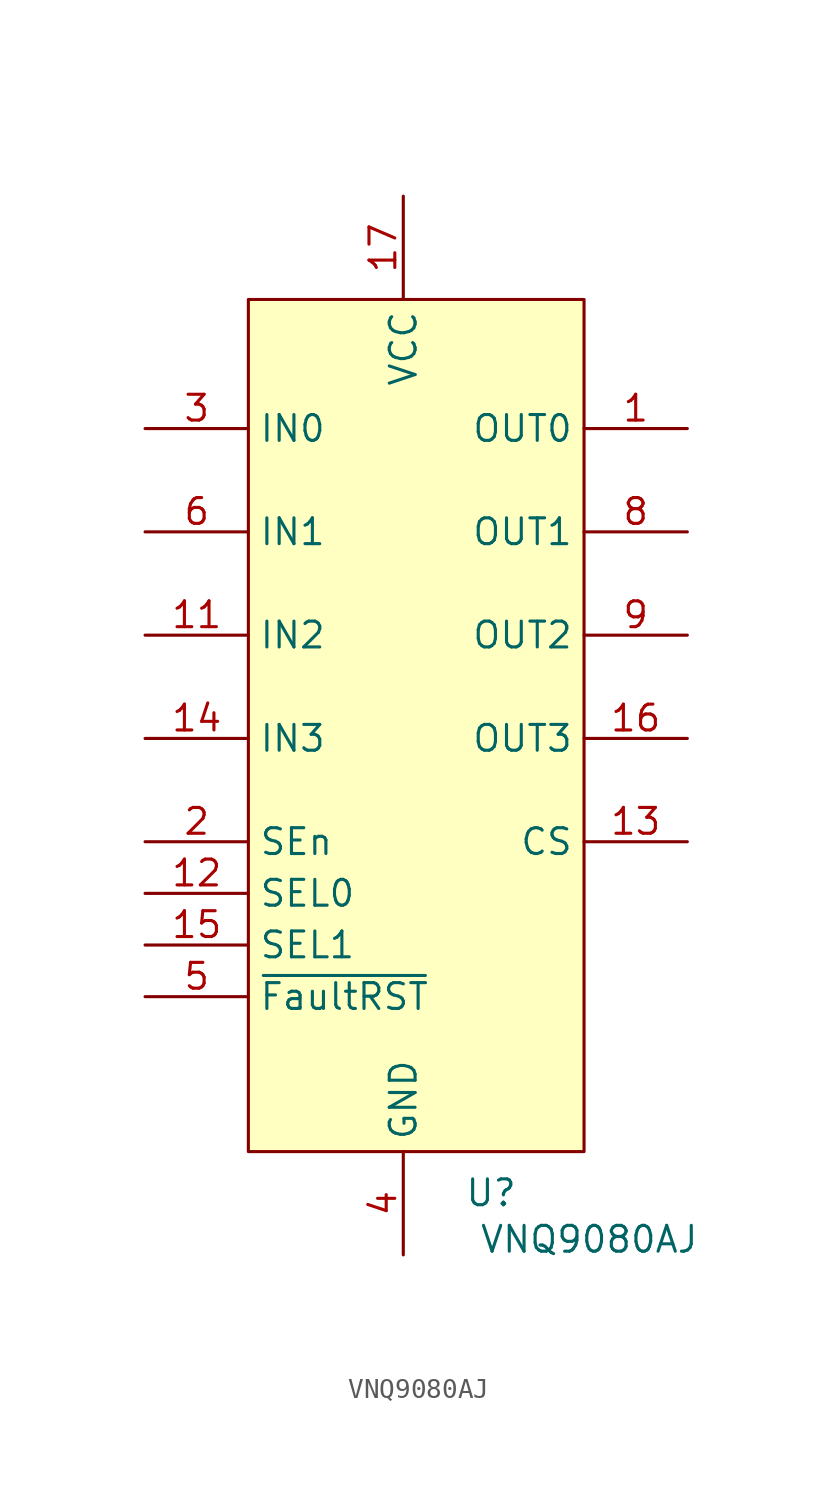
<source format=kicad_sym>
(kicad_symbol_lib
  (version 20231120)
  (generator "kicad_symbol_editor")
  (generator_version "8.0")
  (symbol "VNQ9080AJ"
    (property "Reference" "U"
      (at 4.318 -24.892 0)
      (effects (font (size 1.27 1.27))))
    (property "Value" "VNQ9080AJ"
      (at 9.144 -27.178 0)
      (effects (font (size 1.27 1.27))))
    (symbol "VNQ9080AJ_1_1"
      (rectangle (start -7.62 19.05) (end 8.89 -22.86) (stroke (width 0) (type default)) (fill (type background)))
      (pin power_out line (at 13.97 12.7 180) (length 5.08) (name "OUT0" (effects (font (size 1.27 1.27)))) (number "1" (effects (font (size 1.27 1.27)))))
      (pin no_connect line (at 8.89 -11.43 180) (length 5.08) hide (name "NC" (effects (font (size 1.27 1.27)))) (number "10" (effects (font (size 1.27 1.27)))))
      (pin input line (at -12.7 2.54 0) (length 5.08) (name "IN2" (effects (font (size 1.27 1.27)))) (number "11" (effects (font (size 1.27 1.27)))))
      (pin input line (at -12.7 -10.16 0) (length 5.08) (name "SEL0" (effects (font (size 1.27 1.27)))) (number "12" (effects (font (size 1.27 1.27)))))
      (pin passive line (at 13.97 -7.62 180) (length 5.08) (name "CS" (effects (font (size 1.27 1.27)))) (number "13" (effects (font (size 1.27 1.27)))))
      (pin input line (at -12.7 -2.54 0) (length 5.08) (name "IN3" (effects (font (size 1.27 1.27)))) (number "14" (effects (font (size 1.27 1.27)))))
      (pin input line (at -12.7 -12.7 0) (length 5.08) (name "SEL1" (effects (font (size 1.27 1.27)))) (number "15" (effects (font (size 1.27 1.27)))))
      (pin power_out line (at 13.97 -2.54 180) (length 5.08) (name "OUT3" (effects (font (size 1.27 1.27)))) (number "16" (effects (font (size 1.27 1.27)))))
      (pin power_in line (at 0 24.13 270) (length 5.08) (name "VCC" (effects (font (size 1.27 1.27)))) (number "17" (effects (font (size 1.27 1.27)))))
      (pin input line (at -12.7 -7.62 0) (length 5.08) (name "SEn" (effects (font (size 1.27 1.27)))) (number "2" (effects (font (size 1.27 1.27)))))
      (pin input line (at -12.7 12.7 0) (length 5.08) (name "IN0" (effects (font (size 1.27 1.27)))) (number "3" (effects (font (size 1.27 1.27)))))
      (pin power_in line (at 0 -27.94 90) (length 5.08) (name "GND" (effects (font (size 1.27 1.27)))) (number "4" (effects (font (size 1.27 1.27)))))
      (pin input line (at -12.7 -15.24 0) (length 5.08) (name "~{FaultRST}" (effects (font (size 1.27 1.27)))) (number "5" (effects (font (size 1.27 1.27)))))
      (pin input line (at -12.7 7.62 0) (length 5.08) (name "IN1" (effects (font (size 1.27 1.27)))) (number "6" (effects (font (size 1.27 1.27)))))
      (pin no_connect line (at 8.89 -10.16 180) (length 5.08) hide (name "NC" (effects (font (size 1.27 1.27)))) (number "7" (effects (font (size 1.27 1.27)))))
      (pin power_out line (at 13.97 7.62 180) (length 5.08) (name "OUT1" (effects (font (size 1.27 1.27)))) (number "8" (effects (font (size 1.27 1.27)))))
      (pin power_out line (at 13.97 2.54 180) (length 5.08) (name "OUT2" (effects (font (size 1.27 1.27)))) (number "9" (effects (font (size 1.27 1.27))))))))
</source>
